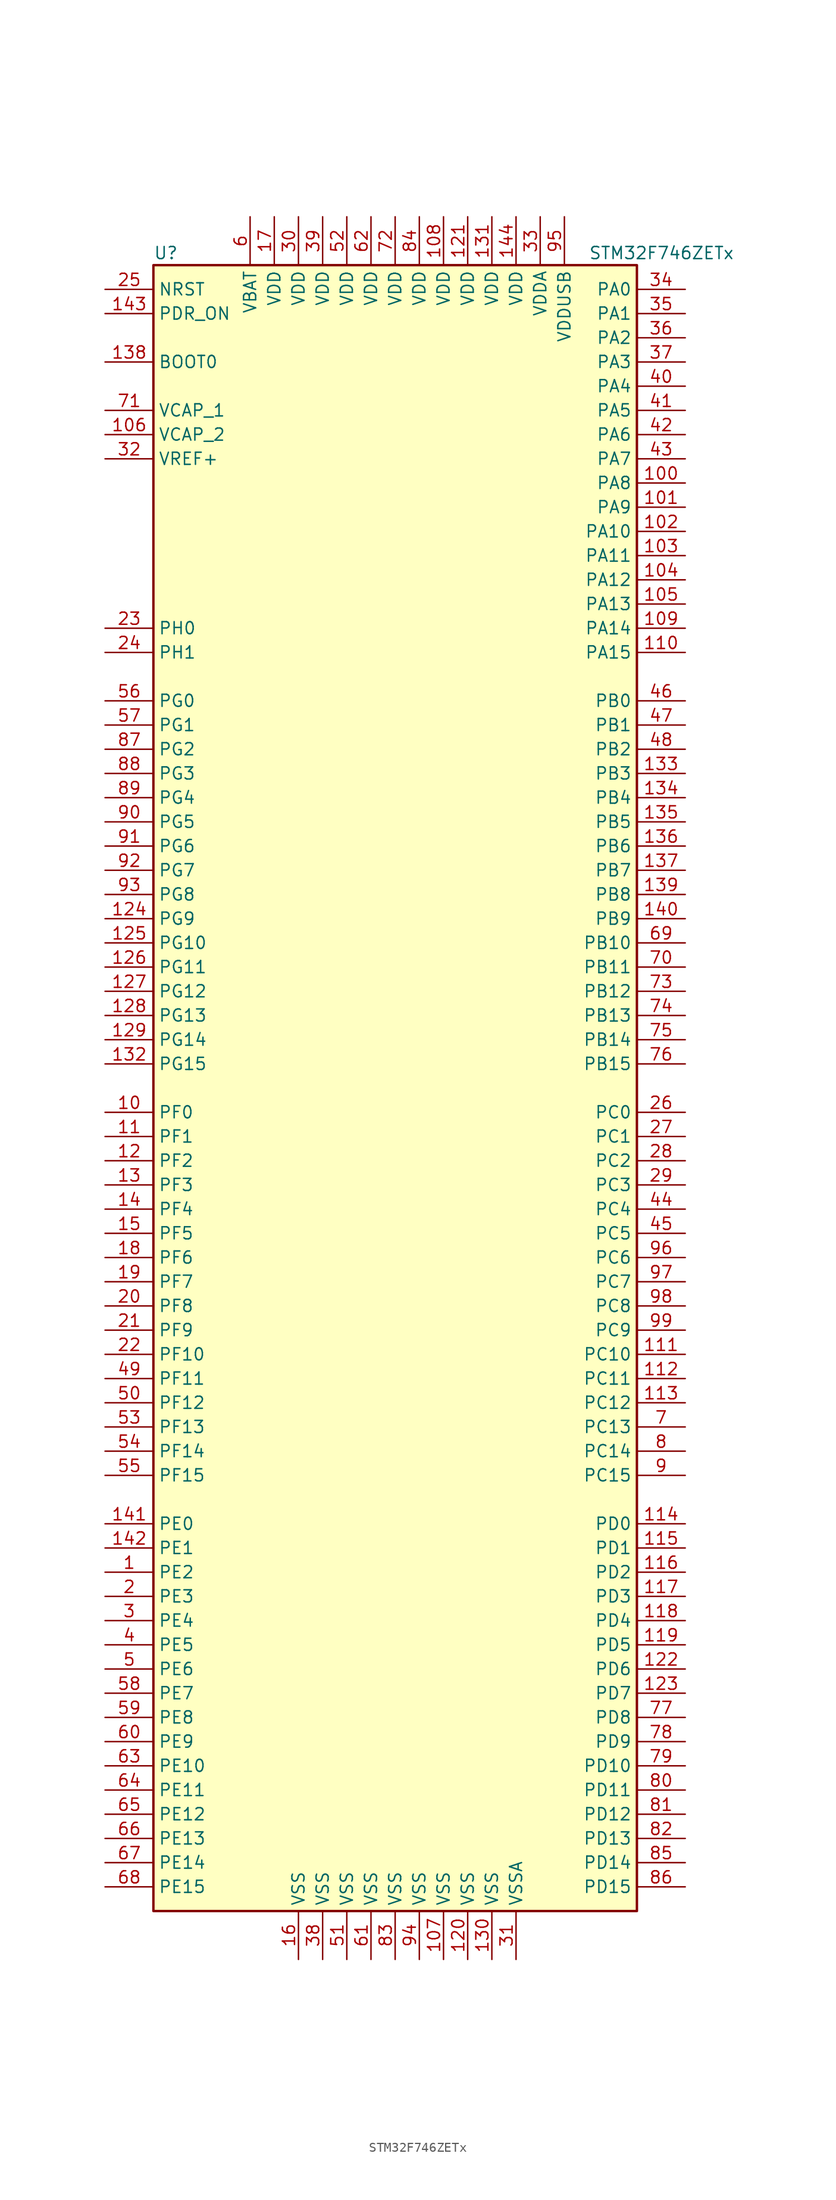
<source format=kicad_sym>
(kicad_symbol_lib
  (version 20201005)
  (generator kicad_symbol_editor)
  (symbol "STM32F746ZETx"
    (property "Reference" "U"
      (at -25.4 87.63 0)
      (effects (font (size 1.27 1.27)) (justify left)))
    (property "Value" "STM32F746ZETx"
      (at 20.32 87.63 0)
      (effects (font (size 1.27 1.27)) (justify left)))
    (symbol "STM32F746ZETx_0_1"
      (rectangle (start -25.4 -86.36) (end 25.4 86.36) (stroke (width 0.254)) (fill (type background))))
    (symbol "STM32F746ZETx_1_1"
      (pin input line (at -30.48 76.2 0) (length 5.08) (name "BOOT0" (effects (font (size 1.27 1.27)))) (number "138" (effects (font (size 1.27 1.27)))))
      (pin input line (at -30.48 83.82 0) (length 5.08) (name "NRST" (effects (font (size 1.27 1.27)))) (number "25" (effects (font (size 1.27 1.27)))))
      (pin bidirectional line (at 30.48 83.82 180) (length 5.08) (name "PA0" (effects (font (size 1.27 1.27)))) (number "34" (effects (font (size 1.27 1.27)))))
      (pin bidirectional line (at 30.48 81.28 180) (length 5.08) (name "PA1" (effects (font (size 1.27 1.27)))) (number "35" (effects (font (size 1.27 1.27)))))
      (pin bidirectional line (at 30.48 58.42 180) (length 5.08) (name "PA10" (effects (font (size 1.27 1.27)))) (number "102" (effects (font (size 1.27 1.27)))))
      (pin bidirectional line (at 30.48 55.88 180) (length 5.08) (name "PA11" (effects (font (size 1.27 1.27)))) (number "103" (effects (font (size 1.27 1.27)))))
      (pin bidirectional line (at 30.48 53.34 180) (length 5.08) (name "PA12" (effects (font (size 1.27 1.27)))) (number "104" (effects (font (size 1.27 1.27)))))
      (pin bidirectional line (at 30.48 50.8 180) (length 5.08) (name "PA13" (effects (font (size 1.27 1.27)))) (number "105" (effects (font (size 1.27 1.27)))))
      (pin bidirectional line (at 30.48 48.26 180) (length 5.08) (name "PA14" (effects (font (size 1.27 1.27)))) (number "109" (effects (font (size 1.27 1.27)))))
      (pin bidirectional line (at 30.48 45.72 180) (length 5.08) (name "PA15" (effects (font (size 1.27 1.27)))) (number "110" (effects (font (size 1.27 1.27)))))
      (pin bidirectional line (at 30.48 78.74 180) (length 5.08) (name "PA2" (effects (font (size 1.27 1.27)))) (number "36" (effects (font (size 1.27 1.27)))))
      (pin bidirectional line (at 30.48 76.2 180) (length 5.08) (name "PA3" (effects (font (size 1.27 1.27)))) (number "37" (effects (font (size 1.27 1.27)))))
      (pin bidirectional line (at 30.48 73.66 180) (length 5.08) (name "PA4" (effects (font (size 1.27 1.27)))) (number "40" (effects (font (size 1.27 1.27)))))
      (pin bidirectional line (at 30.48 71.12 180) (length 5.08) (name "PA5" (effects (font (size 1.27 1.27)))) (number "41" (effects (font (size 1.27 1.27)))))
      (pin bidirectional line (at 30.48 68.58 180) (length 5.08) (name "PA6" (effects (font (size 1.27 1.27)))) (number "42" (effects (font (size 1.27 1.27)))))
      (pin bidirectional line (at 30.48 66.04 180) (length 5.08) (name "PA7" (effects (font (size 1.27 1.27)))) (number "43" (effects (font (size 1.27 1.27)))))
      (pin bidirectional line (at 30.48 63.5 180) (length 5.08) (name "PA8" (effects (font (size 1.27 1.27)))) (number "100" (effects (font (size 1.27 1.27)))))
      (pin bidirectional line (at 30.48 60.96 180) (length 5.08) (name "PA9" (effects (font (size 1.27 1.27)))) (number "101" (effects (font (size 1.27 1.27)))))
      (pin bidirectional line (at 30.48 40.64 180) (length 5.08) (name "PB0" (effects (font (size 1.27 1.27)))) (number "46" (effects (font (size 1.27 1.27)))))
      (pin bidirectional line (at 30.48 38.1 180) (length 5.08) (name "PB1" (effects (font (size 1.27 1.27)))) (number "47" (effects (font (size 1.27 1.27)))))
      (pin bidirectional line (at 30.48 15.24 180) (length 5.08) (name "PB10" (effects (font (size 1.27 1.27)))) (number "69" (effects (font (size 1.27 1.27)))))
      (pin bidirectional line (at 30.48 12.7 180) (length 5.08) (name "PB11" (effects (font (size 1.27 1.27)))) (number "70" (effects (font (size 1.27 1.27)))))
      (pin bidirectional line (at 30.48 10.16 180) (length 5.08) (name "PB12" (effects (font (size 1.27 1.27)))) (number "73" (effects (font (size 1.27 1.27)))))
      (pin bidirectional line (at 30.48 7.62 180) (length 5.08) (name "PB13" (effects (font (size 1.27 1.27)))) (number "74" (effects (font (size 1.27 1.27)))))
      (pin bidirectional line (at 30.48 5.08 180) (length 5.08) (name "PB14" (effects (font (size 1.27 1.27)))) (number "75" (effects (font (size 1.27 1.27)))))
      (pin bidirectional line (at 30.48 2.54 180) (length 5.08) (name "PB15" (effects (font (size 1.27 1.27)))) (number "76" (effects (font (size 1.27 1.27)))))
      (pin bidirectional line (at 30.48 35.56 180) (length 5.08) (name "PB2" (effects (font (size 1.27 1.27)))) (number "48" (effects (font (size 1.27 1.27)))))
      (pin bidirectional line (at 30.48 33.02 180) (length 5.08) (name "PB3" (effects (font (size 1.27 1.27)))) (number "133" (effects (font (size 1.27 1.27)))))
      (pin bidirectional line (at 30.48 30.48 180) (length 5.08) (name "PB4" (effects (font (size 1.27 1.27)))) (number "134" (effects (font (size 1.27 1.27)))))
      (pin bidirectional line (at 30.48 27.94 180) (length 5.08) (name "PB5" (effects (font (size 1.27 1.27)))) (number "135" (effects (font (size 1.27 1.27)))))
      (pin bidirectional line (at 30.48 25.4 180) (length 5.08) (name "PB6" (effects (font (size 1.27 1.27)))) (number "136" (effects (font (size 1.27 1.27)))))
      (pin bidirectional line (at 30.48 22.86 180) (length 5.08) (name "PB7" (effects (font (size 1.27 1.27)))) (number "137" (effects (font (size 1.27 1.27)))))
      (pin bidirectional line (at 30.48 20.32 180) (length 5.08) (name "PB8" (effects (font (size 1.27 1.27)))) (number "139" (effects (font (size 1.27 1.27)))))
      (pin bidirectional line (at 30.48 17.78 180) (length 5.08) (name "PB9" (effects (font (size 1.27 1.27)))) (number "140" (effects (font (size 1.27 1.27)))))
      (pin bidirectional line (at 30.48 -2.54 180) (length 5.08) (name "PC0" (effects (font (size 1.27 1.27)))) (number "26" (effects (font (size 1.27 1.27)))))
      (pin bidirectional line (at 30.48 -5.08 180) (length 5.08) (name "PC1" (effects (font (size 1.27 1.27)))) (number "27" (effects (font (size 1.27 1.27)))))
      (pin bidirectional line (at 30.48 -27.94 180) (length 5.08) (name "PC10" (effects (font (size 1.27 1.27)))) (number "111" (effects (font (size 1.27 1.27)))))
      (pin bidirectional line (at 30.48 -30.48 180) (length 5.08) (name "PC11" (effects (font (size 1.27 1.27)))) (number "112" (effects (font (size 1.27 1.27)))))
      (pin bidirectional line (at 30.48 -33.02 180) (length 5.08) (name "PC12" (effects (font (size 1.27 1.27)))) (number "113" (effects (font (size 1.27 1.27)))))
      (pin bidirectional line (at 30.48 -35.56 180) (length 5.08) (name "PC13" (effects (font (size 1.27 1.27)))) (number "7" (effects (font (size 1.27 1.27)))))
      (pin bidirectional line (at 30.48 -38.1 180) (length 5.08) (name "PC14" (effects (font (size 1.27 1.27)))) (number "8" (effects (font (size 1.27 1.27)))))
      (pin bidirectional line (at 30.48 -40.64 180) (length 5.08) (name "PC15" (effects (font (size 1.27 1.27)))) (number "9" (effects (font (size 1.27 1.27)))))
      (pin bidirectional line (at 30.48 -7.62 180) (length 5.08) (name "PC2" (effects (font (size 1.27 1.27)))) (number "28" (effects (font (size 1.27 1.27)))))
      (pin bidirectional line (at 30.48 -10.16 180) (length 5.08) (name "PC3" (effects (font (size 1.27 1.27)))) (number "29" (effects (font (size 1.27 1.27)))))
      (pin bidirectional line (at 30.48 -12.7 180) (length 5.08) (name "PC4" (effects (font (size 1.27 1.27)))) (number "44" (effects (font (size 1.27 1.27)))))
      (pin bidirectional line (at 30.48 -15.24 180) (length 5.08) (name "PC5" (effects (font (size 1.27 1.27)))) (number "45" (effects (font (size 1.27 1.27)))))
      (pin bidirectional line (at 30.48 -17.78 180) (length 5.08) (name "PC6" (effects (font (size 1.27 1.27)))) (number "96" (effects (font (size 1.27 1.27)))))
      (pin bidirectional line (at 30.48 -20.32 180) (length 5.08) (name "PC7" (effects (font (size 1.27 1.27)))) (number "97" (effects (font (size 1.27 1.27)))))
      (pin bidirectional line (at 30.48 -22.86 180) (length 5.08) (name "PC8" (effects (font (size 1.27 1.27)))) (number "98" (effects (font (size 1.27 1.27)))))
      (pin bidirectional line (at 30.48 -25.4 180) (length 5.08) (name "PC9" (effects (font (size 1.27 1.27)))) (number "99" (effects (font (size 1.27 1.27)))))
      (pin bidirectional line (at 30.48 -45.72 180) (length 5.08) (name "PD0" (effects (font (size 1.27 1.27)))) (number "114" (effects (font (size 1.27 1.27)))))
      (pin bidirectional line (at 30.48 -48.26 180) (length 5.08) (name "PD1" (effects (font (size 1.27 1.27)))) (number "115" (effects (font (size 1.27 1.27)))))
      (pin bidirectional line (at 30.48 -71.12 180) (length 5.08) (name "PD10" (effects (font (size 1.27 1.27)))) (number "79" (effects (font (size 1.27 1.27)))))
      (pin bidirectional line (at 30.48 -73.66 180) (length 5.08) (name "PD11" (effects (font (size 1.27 1.27)))) (number "80" (effects (font (size 1.27 1.27)))))
      (pin bidirectional line (at 30.48 -76.2 180) (length 5.08) (name "PD12" (effects (font (size 1.27 1.27)))) (number "81" (effects (font (size 1.27 1.27)))))
      (pin bidirectional line (at 30.48 -78.74 180) (length 5.08) (name "PD13" (effects (font (size 1.27 1.27)))) (number "82" (effects (font (size 1.27 1.27)))))
      (pin bidirectional line (at 30.48 -81.28 180) (length 5.08) (name "PD14" (effects (font (size 1.27 1.27)))) (number "85" (effects (font (size 1.27 1.27)))))
      (pin bidirectional line (at 30.48 -83.82 180) (length 5.08) (name "PD15" (effects (font (size 1.27 1.27)))) (number "86" (effects (font (size 1.27 1.27)))))
      (pin bidirectional line (at 30.48 -50.8 180) (length 5.08) (name "PD2" (effects (font (size 1.27 1.27)))) (number "116" (effects (font (size 1.27 1.27)))))
      (pin bidirectional line (at 30.48 -53.34 180) (length 5.08) (name "PD3" (effects (font (size 1.27 1.27)))) (number "117" (effects (font (size 1.27 1.27)))))
      (pin bidirectional line (at 30.48 -55.88 180) (length 5.08) (name "PD4" (effects (font (size 1.27 1.27)))) (number "118" (effects (font (size 1.27 1.27)))))
      (pin bidirectional line (at 30.48 -58.42 180) (length 5.08) (name "PD5" (effects (font (size 1.27 1.27)))) (number "119" (effects (font (size 1.27 1.27)))))
      (pin bidirectional line (at 30.48 -60.96 180) (length 5.08) (name "PD6" (effects (font (size 1.27 1.27)))) (number "122" (effects (font (size 1.27 1.27)))))
      (pin bidirectional line (at 30.48 -63.5 180) (length 5.08) (name "PD7" (effects (font (size 1.27 1.27)))) (number "123" (effects (font (size 1.27 1.27)))))
      (pin bidirectional line (at 30.48 -66.04 180) (length 5.08) (name "PD8" (effects (font (size 1.27 1.27)))) (number "77" (effects (font (size 1.27 1.27)))))
      (pin bidirectional line (at 30.48 -68.58 180) (length 5.08) (name "PD9" (effects (font (size 1.27 1.27)))) (number "78" (effects (font (size 1.27 1.27)))))
      (pin input line (at -30.48 81.28 0) (length 5.08) (name "PDR_ON" (effects (font (size 1.27 1.27)))) (number "143" (effects (font (size 1.27 1.27)))))
      (pin bidirectional line (at -30.48 -45.72 0) (length 5.08) (name "PE0" (effects (font (size 1.27 1.27)))) (number "141" (effects (font (size 1.27 1.27)))))
      (pin bidirectional line (at -30.48 -48.26 0) (length 5.08) (name "PE1" (effects (font (size 1.27 1.27)))) (number "142" (effects (font (size 1.27 1.27)))))
      (pin bidirectional line (at -30.48 -71.12 0) (length 5.08) (name "PE10" (effects (font (size 1.27 1.27)))) (number "63" (effects (font (size 1.27 1.27)))))
      (pin bidirectional line (at -30.48 -73.66 0) (length 5.08) (name "PE11" (effects (font (size 1.27 1.27)))) (number "64" (effects (font (size 1.27 1.27)))))
      (pin bidirectional line (at -30.48 -76.2 0) (length 5.08) (name "PE12" (effects (font (size 1.27 1.27)))) (number "65" (effects (font (size 1.27 1.27)))))
      (pin bidirectional line (at -30.48 -78.74 0) (length 5.08) (name "PE13" (effects (font (size 1.27 1.27)))) (number "66" (effects (font (size 1.27 1.27)))))
      (pin bidirectional line (at -30.48 -81.28 0) (length 5.08) (name "PE14" (effects (font (size 1.27 1.27)))) (number "67" (effects (font (size 1.27 1.27)))))
      (pin bidirectional line (at -30.48 -83.82 0) (length 5.08) (name "PE15" (effects (font (size 1.27 1.27)))) (number "68" (effects (font (size 1.27 1.27)))))
      (pin bidirectional line (at -30.48 -50.8 0) (length 5.08) (name "PE2" (effects (font (size 1.27 1.27)))) (number "1" (effects (font (size 1.27 1.27)))))
      (pin bidirectional line (at -30.48 -53.34 0) (length 5.08) (name "PE3" (effects (font (size 1.27 1.27)))) (number "2" (effects (font (size 1.27 1.27)))))
      (pin bidirectional line (at -30.48 -55.88 0) (length 5.08) (name "PE4" (effects (font (size 1.27 1.27)))) (number "3" (effects (font (size 1.27 1.27)))))
      (pin bidirectional line (at -30.48 -58.42 0) (length 5.08) (name "PE5" (effects (font (size 1.27 1.27)))) (number "4" (effects (font (size 1.27 1.27)))))
      (pin bidirectional line (at -30.48 -60.96 0) (length 5.08) (name "PE6" (effects (font (size 1.27 1.27)))) (number "5" (effects (font (size 1.27 1.27)))))
      (pin bidirectional line (at -30.48 -63.5 0) (length 5.08) (name "PE7" (effects (font (size 1.27 1.27)))) (number "58" (effects (font (size 1.27 1.27)))))
      (pin bidirectional line (at -30.48 -66.04 0) (length 5.08) (name "PE8" (effects (font (size 1.27 1.27)))) (number "59" (effects (font (size 1.27 1.27)))))
      (pin bidirectional line (at -30.48 -68.58 0) (length 5.08) (name "PE9" (effects (font (size 1.27 1.27)))) (number "60" (effects (font (size 1.27 1.27)))))
      (pin bidirectional line (at -30.48 -2.54 0) (length 5.08) (name "PF0" (effects (font (size 1.27 1.27)))) (number "10" (effects (font (size 1.27 1.27)))))
      (pin bidirectional line (at -30.48 -5.08 0) (length 5.08) (name "PF1" (effects (font (size 1.27 1.27)))) (number "11" (effects (font (size 1.27 1.27)))))
      (pin bidirectional line (at -30.48 -27.94 0) (length 5.08) (name "PF10" (effects (font (size 1.27 1.27)))) (number "22" (effects (font (size 1.27 1.27)))))
      (pin bidirectional line (at -30.48 -30.48 0) (length 5.08) (name "PF11" (effects (font (size 1.27 1.27)))) (number "49" (effects (font (size 1.27 1.27)))))
      (pin bidirectional line (at -30.48 -33.02 0) (length 5.08) (name "PF12" (effects (font (size 1.27 1.27)))) (number "50" (effects (font (size 1.27 1.27)))))
      (pin bidirectional line (at -30.48 -35.56 0) (length 5.08) (name "PF13" (effects (font (size 1.27 1.27)))) (number "53" (effects (font (size 1.27 1.27)))))
      (pin bidirectional line (at -30.48 -38.1 0) (length 5.08) (name "PF14" (effects (font (size 1.27 1.27)))) (number "54" (effects (font (size 1.27 1.27)))))
      (pin bidirectional line (at -30.48 -40.64 0) (length 5.08) (name "PF15" (effects (font (size 1.27 1.27)))) (number "55" (effects (font (size 1.27 1.27)))))
      (pin bidirectional line (at -30.48 -7.62 0) (length 5.08) (name "PF2" (effects (font (size 1.27 1.27)))) (number "12" (effects (font (size 1.27 1.27)))))
      (pin bidirectional line (at -30.48 -10.16 0) (length 5.08) (name "PF3" (effects (font (size 1.27 1.27)))) (number "13" (effects (font (size 1.27 1.27)))))
      (pin bidirectional line (at -30.48 -12.7 0) (length 5.08) (name "PF4" (effects (font (size 1.27 1.27)))) (number "14" (effects (font (size 1.27 1.27)))))
      (pin bidirectional line (at -30.48 -15.24 0) (length 5.08) (name "PF5" (effects (font (size 1.27 1.27)))) (number "15" (effects (font (size 1.27 1.27)))))
      (pin bidirectional line (at -30.48 -17.78 0) (length 5.08) (name "PF6" (effects (font (size 1.27 1.27)))) (number "18" (effects (font (size 1.27 1.27)))))
      (pin bidirectional line (at -30.48 -20.32 0) (length 5.08) (name "PF7" (effects (font (size 1.27 1.27)))) (number "19" (effects (font (size 1.27 1.27)))))
      (pin bidirectional line (at -30.48 -22.86 0) (length 5.08) (name "PF8" (effects (font (size 1.27 1.27)))) (number "20" (effects (font (size 1.27 1.27)))))
      (pin bidirectional line (at -30.48 -25.4 0) (length 5.08) (name "PF9" (effects (font (size 1.27 1.27)))) (number "21" (effects (font (size 1.27 1.27)))))
      (pin bidirectional line (at -30.48 40.64 0) (length 5.08) (name "PG0" (effects (font (size 1.27 1.27)))) (number "56" (effects (font (size 1.27 1.27)))))
      (pin bidirectional line (at -30.48 38.1 0) (length 5.08) (name "PG1" (effects (font (size 1.27 1.27)))) (number "57" (effects (font (size 1.27 1.27)))))
      (pin bidirectional line (at -30.48 15.24 0) (length 5.08) (name "PG10" (effects (font (size 1.27 1.27)))) (number "125" (effects (font (size 1.27 1.27)))))
      (pin bidirectional line (at -30.48 12.7 0) (length 5.08) (name "PG11" (effects (font (size 1.27 1.27)))) (number "126" (effects (font (size 1.27 1.27)))))
      (pin bidirectional line (at -30.48 10.16 0) (length 5.08) (name "PG12" (effects (font (size 1.27 1.27)))) (number "127" (effects (font (size 1.27 1.27)))))
      (pin bidirectional line (at -30.48 7.62 0) (length 5.08) (name "PG13" (effects (font (size 1.27 1.27)))) (number "128" (effects (font (size 1.27 1.27)))))
      (pin bidirectional line (at -30.48 5.08 0) (length 5.08) (name "PG14" (effects (font (size 1.27 1.27)))) (number "129" (effects (font (size 1.27 1.27)))))
      (pin bidirectional line (at -30.48 2.54 0) (length 5.08) (name "PG15" (effects (font (size 1.27 1.27)))) (number "132" (effects (font (size 1.27 1.27)))))
      (pin bidirectional line (at -30.48 35.56 0) (length 5.08) (name "PG2" (effects (font (size 1.27 1.27)))) (number "87" (effects (font (size 1.27 1.27)))))
      (pin bidirectional line (at -30.48 33.02 0) (length 5.08) (name "PG3" (effects (font (size 1.27 1.27)))) (number "88" (effects (font (size 1.27 1.27)))))
      (pin bidirectional line (at -30.48 30.48 0) (length 5.08) (name "PG4" (effects (font (size 1.27 1.27)))) (number "89" (effects (font (size 1.27 1.27)))))
      (pin bidirectional line (at -30.48 27.94 0) (length 5.08) (name "PG5" (effects (font (size 1.27 1.27)))) (number "90" (effects (font (size 1.27 1.27)))))
      (pin bidirectional line (at -30.48 25.4 0) (length 5.08) (name "PG6" (effects (font (size 1.27 1.27)))) (number "91" (effects (font (size 1.27 1.27)))))
      (pin bidirectional line (at -30.48 22.86 0) (length 5.08) (name "PG7" (effects (font (size 1.27 1.27)))) (number "92" (effects (font (size 1.27 1.27)))))
      (pin bidirectional line (at -30.48 20.32 0) (length 5.08) (name "PG8" (effects (font (size 1.27 1.27)))) (number "93" (effects (font (size 1.27 1.27)))))
      (pin bidirectional line (at -30.48 17.78 0) (length 5.08) (name "PG9" (effects (font (size 1.27 1.27)))) (number "124" (effects (font (size 1.27 1.27)))))
      (pin input line (at -30.48 48.26 0) (length 5.08) (name "PH0" (effects (font (size 1.27 1.27)))) (number "23" (effects (font (size 1.27 1.27)))))
      (pin input line (at -30.48 45.72 0) (length 5.08) (name "PH1" (effects (font (size 1.27 1.27)))) (number "24" (effects (font (size 1.27 1.27)))))
      (pin power_in line (at -15.24 91.44 270) (length 5.08) (name "VBAT" (effects (font (size 1.27 1.27)))) (number "6" (effects (font (size 1.27 1.27)))))
      (pin power_in line (at -30.48 71.12 0) (length 5.08) (name "VCAP_1" (effects (font (size 1.27 1.27)))) (number "71" (effects (font (size 1.27 1.27)))))
      (pin power_in line (at -30.48 68.58 0) (length 5.08) (name "VCAP_2" (effects (font (size 1.27 1.27)))) (number "106" (effects (font (size 1.27 1.27)))))
      (pin power_in line (at 5.08 91.44 270) (length 5.08) (name "VDD" (effects (font (size 1.27 1.27)))) (number "108" (effects (font (size 1.27 1.27)))))
      (pin power_in line (at 7.62 91.44 270) (length 5.08) (name "VDD" (effects (font (size 1.27 1.27)))) (number "121" (effects (font (size 1.27 1.27)))))
      (pin power_in line (at 10.16 91.44 270) (length 5.08) (name "VDD" (effects (font (size 1.27 1.27)))) (number "131" (effects (font (size 1.27 1.27)))))
      (pin power_in line (at 12.7 91.44 270) (length 5.08) (name "VDD" (effects (font (size 1.27 1.27)))) (number "144" (effects (font (size 1.27 1.27)))))
      (pin power_in line (at -12.7 91.44 270) (length 5.08) (name "VDD" (effects (font (size 1.27 1.27)))) (number "17" (effects (font (size 1.27 1.27)))))
      (pin power_in line (at -10.16 91.44 270) (length 5.08) (name "VDD" (effects (font (size 1.27 1.27)))) (number "30" (effects (font (size 1.27 1.27)))))
      (pin power_in line (at -7.62 91.44 270) (length 5.08) (name "VDD" (effects (font (size 1.27 1.27)))) (number "39" (effects (font (size 1.27 1.27)))))
      (pin power_in line (at -5.08 91.44 270) (length 5.08) (name "VDD" (effects (font (size 1.27 1.27)))) (number "52" (effects (font (size 1.27 1.27)))))
      (pin power_in line (at -2.54 91.44 270) (length 5.08) (name "VDD" (effects (font (size 1.27 1.27)))) (number "62" (effects (font (size 1.27 1.27)))))
      (pin power_in line (at 0 91.44 270) (length 5.08) (name "VDD" (effects (font (size 1.27 1.27)))) (number "72" (effects (font (size 1.27 1.27)))))
      (pin power_in line (at 2.54 91.44 270) (length 5.08) (name "VDD" (effects (font (size 1.27 1.27)))) (number "84" (effects (font (size 1.27 1.27)))))
      (pin power_in line (at 15.24 91.44 270) (length 5.08) (name "VDDA" (effects (font (size 1.27 1.27)))) (number "33" (effects (font (size 1.27 1.27)))))
      (pin power_in line (at 17.78 91.44 270) (length 5.08) (name "VDDUSB" (effects (font (size 1.27 1.27)))) (number "95" (effects (font (size 1.27 1.27)))))
      (pin power_in line (at -30.48 66.04 0) (length 5.08) (name "VREF+" (effects (font (size 1.27 1.27)))) (number "32" (effects (font (size 1.27 1.27)))))
      (pin power_in line (at 5.08 -91.44 90) (length 5.08) (name "VSS" (effects (font (size 1.27 1.27)))) (number "107" (effects (font (size 1.27 1.27)))))
      (pin power_in line (at 7.62 -91.44 90) (length 5.08) (name "VSS" (effects (font (size 1.27 1.27)))) (number "120" (effects (font (size 1.27 1.27)))))
      (pin power_in line (at 10.16 -91.44 90) (length 5.08) (name "VSS" (effects (font (size 1.27 1.27)))) (number "130" (effects (font (size 1.27 1.27)))))
      (pin power_in line (at -10.16 -91.44 90) (length 5.08) (name "VSS" (effects (font (size 1.27 1.27)))) (number "16" (effects (font (size 1.27 1.27)))))
      (pin power_in line (at -7.62 -91.44 90) (length 5.08) (name "VSS" (effects (font (size 1.27 1.27)))) (number "38" (effects (font (size 1.27 1.27)))))
      (pin power_in line (at -5.08 -91.44 90) (length 5.08) (name "VSS" (effects (font (size 1.27 1.27)))) (number "51" (effects (font (size 1.27 1.27)))))
      (pin power_in line (at -2.54 -91.44 90) (length 5.08) (name "VSS" (effects (font (size 1.27 1.27)))) (number "61" (effects (font (size 1.27 1.27)))))
      (pin power_in line (at 0 -91.44 90) (length 5.08) (name "VSS" (effects (font (size 1.27 1.27)))) (number "83" (effects (font (size 1.27 1.27)))))
      (pin power_in line (at 2.54 -91.44 90) (length 5.08) (name "VSS" (effects (font (size 1.27 1.27)))) (number "94" (effects (font (size 1.27 1.27)))))
      (pin power_in line (at 12.7 -91.44 90) (length 5.08) (name "VSSA" (effects (font (size 1.27 1.27)))) (number "31" (effects (font (size 1.27 1.27))))))))
</source>
